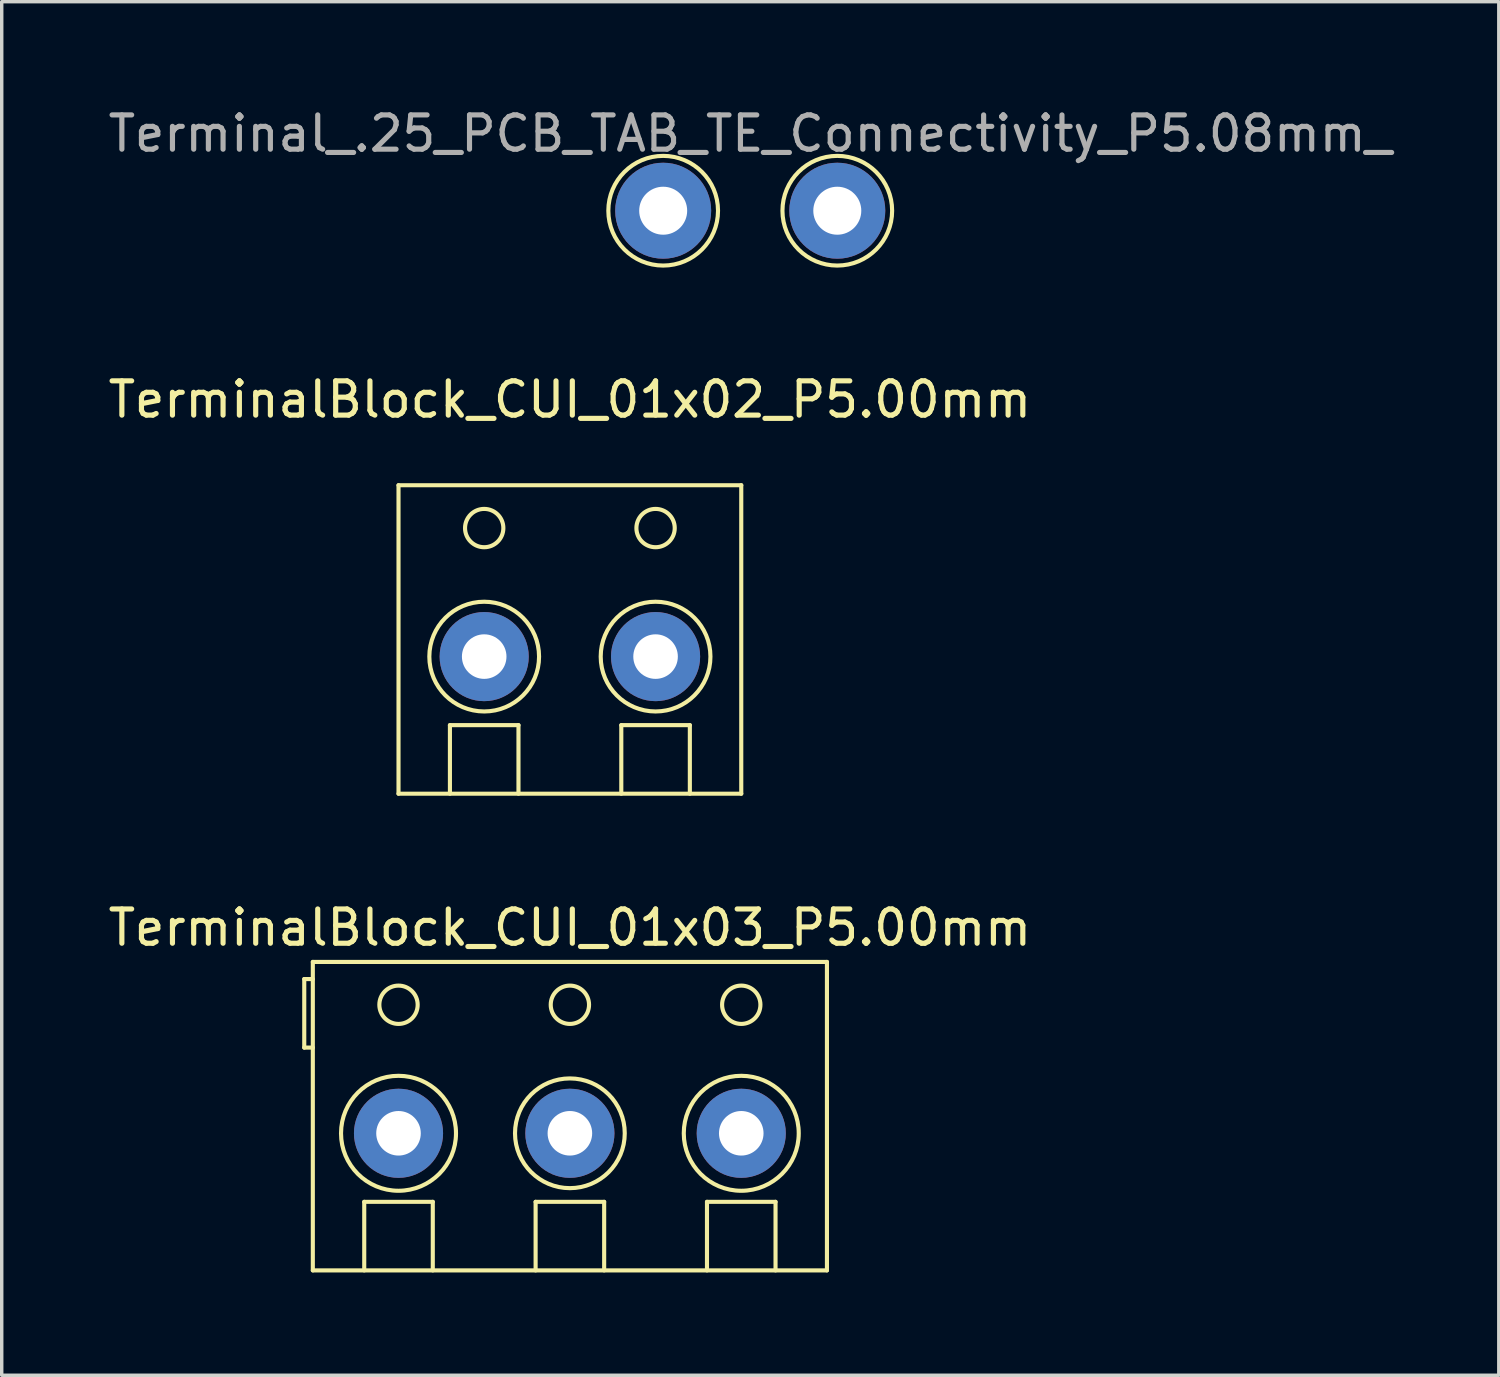
<source format=kicad_pcb>
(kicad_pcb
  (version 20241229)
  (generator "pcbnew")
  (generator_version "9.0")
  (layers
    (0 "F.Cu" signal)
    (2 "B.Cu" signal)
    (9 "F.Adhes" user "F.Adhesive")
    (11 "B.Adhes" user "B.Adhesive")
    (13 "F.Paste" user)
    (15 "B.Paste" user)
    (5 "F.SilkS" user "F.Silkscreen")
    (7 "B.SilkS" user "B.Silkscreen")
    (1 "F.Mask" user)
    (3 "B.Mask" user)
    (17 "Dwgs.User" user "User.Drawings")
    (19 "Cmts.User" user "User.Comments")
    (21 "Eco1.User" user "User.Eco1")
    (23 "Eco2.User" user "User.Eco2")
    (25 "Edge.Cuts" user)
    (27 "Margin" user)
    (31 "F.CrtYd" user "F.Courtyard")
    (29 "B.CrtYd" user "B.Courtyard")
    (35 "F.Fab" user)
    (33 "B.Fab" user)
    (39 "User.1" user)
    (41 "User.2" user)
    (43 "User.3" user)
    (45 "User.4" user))
  (footprint "TerminalBlock_CUI_01x02_P5.00mm"
    (layer "F.Cu")
    (at 13.577 16.107)
    (property "Reference" "TerminalBlock_CUI_01x02_P5.00mm" (at 0 -7.5 0) (layer "F.SilkS") (effects (font (size 1 1) (thickness 0.15))))
    (attr through_hole)
    (fp_line (start -5 -5) (end 5 -5) (stroke (width 0.12) (type solid)) (layer "F.SilkS"))
    (fp_line (start -5 4) (end -5 -5) (stroke (width 0.12) (type solid)) (layer "F.SilkS"))
    (fp_line (start -3.5 2) (end -1.5 2) (stroke (width 0.12) (type solid)) (layer "F.SilkS"))
    (fp_line (start -3.5 4) (end -3.5 2) (stroke (width 0.12) (type solid)) (layer "F.SilkS"))
    (fp_line (start -1.5 2) (end -1.5 4) (stroke (width 0.12) (type solid)) (layer "F.SilkS"))
    (fp_line (start 1.5 2) (end 1.5 4) (stroke (width 0.12) (type solid)) (layer "F.SilkS"))
    (fp_line (start 1.5 2) (end 3.5 2) (stroke (width 0.12) (type solid)) (layer "F.SilkS"))
    (fp_line (start 3.5 2) (end 3.5 4) (stroke (width 0.12) (type solid)) (layer "F.SilkS"))
    (fp_line (start 5 -5) (end 5 4) (stroke (width 0.12) (type solid)) (layer "F.SilkS"))
    (fp_line (start 5 4) (end -5 4) (stroke (width 0.12) (type solid)) (layer "F.SilkS"))
    (fp_circle (center -2.5 -3.75) (end -2.75 -3.25) (stroke (width 0.12) (type solid)) (fill no) (layer "F.SilkS"))
    (fp_circle (center -2.5 0) (end -1.25 -1) (stroke (width 0.12) (type solid)) (fill no) (layer "F.SilkS"))
    (fp_circle (center 2.5 -3.75) (end 2 -3.5) (stroke (width 0.12) (type solid)) (fill no) (layer "F.SilkS"))
    (fp_circle (center 2.5 0) (end 3.75 -1) (stroke (width 0.12) (type solid)) (fill no) (layer "F.SilkS"))
    (pad "1" thru_hole circle (at -2.5 0) (size 2.6 2.6) (drill 1.3) (layers "*.Cu" "*.Mask"))
    (pad "2" thru_hole circle (at 2.5 0) (size 2.6 2.6) (drill 1.3) (layers "*.Cu" "*.Mask")))
  (footprint "TerminalBlock_CUI_01x03_P5.00mm"
    (layer "F.Cu")
    (at 13.577 30.015)
    (property "Reference" "TerminalBlock_CUI_01x03_P5.00mm" (at 0 -6 0) (layer "F.SilkS") (effects (font (size 1 1) (thickness 0.15))))
    (attr through_hole)
    (fp_line (start -7.75 -4.5) (end -7.75 -2.5) (stroke (width 0.12) (type solid)) (layer "F.SilkS"))
    (fp_line (start -7.75 -2.5) (end -7.5 -2.5) (stroke (width 0.12) (type solid)) (layer "F.SilkS"))
    (fp_line (start -7.5 -5) (end -7.5 4) (stroke (width 0.12) (type solid)) (layer "F.SilkS"))
    (fp_line (start -7.5 -5) (end 7.5 -5) (stroke (width 0.12) (type solid)) (layer "F.SilkS"))
    (fp_line (start -7.5 -4.5) (end -7.75 -4.5) (stroke (width 0.12) (type solid)) (layer "F.SilkS"))
    (fp_line (start -7.5 4) (end 7.5 4) (stroke (width 0.12) (type solid)) (layer "F.SilkS"))
    (fp_line (start -6 2) (end -6 4) (stroke (width 0.12) (type solid)) (layer "F.SilkS"))
    (fp_line (start -6 2) (end -4 2) (stroke (width 0.12) (type solid)) (layer "F.SilkS"))
    (fp_line (start -4 2) (end -4 4) (stroke (width 0.12) (type solid)) (layer "F.SilkS"))
    (fp_line (start -1 2) (end -1 4) (stroke (width 0.12) (type solid)) (layer "F.SilkS"))
    (fp_line (start -1 2) (end 1 2) (stroke (width 0.12) (type solid)) (layer "F.SilkS"))
    (fp_line (start 1 2) (end 1 4) (stroke (width 0.12) (type solid)) (layer "F.SilkS"))
    (fp_line (start 4 2) (end 4 4) (stroke (width 0.12) (type solid)) (layer "F.SilkS"))
    (fp_line (start 4 2) (end 6 2) (stroke (width 0.12) (type solid)) (layer "F.SilkS"))
    (fp_line (start 6 2) (end 6 4) (stroke (width 0.12) (type solid)) (layer "F.SilkS"))
    (fp_line (start 7.5 -5) (end 7.5 4) (stroke (width 0.12) (type solid)) (layer "F.SilkS"))
    (fp_circle (center -5 -3.75) (end -5.25 -3.25) (stroke (width 0.12) (type solid)) (fill no) (layer "F.SilkS"))
    (fp_circle (center -5 0) (end -3.5 -0.75) (stroke (width 0.12) (type solid)) (fill no) (layer "F.SilkS"))
    (fp_circle (center 0 -3.75) (end -0.25 -3.25) (stroke (width 0.12) (type solid)) (fill no) (layer "F.SilkS"))
    (fp_circle (center 0 0) (end 1.25 -1) (stroke (width 0.12) (type solid)) (fill no) (layer "F.SilkS"))
    (fp_circle (center 5 -3.75) (end 4.5 -3.5) (stroke (width 0.12) (type solid)) (fill no) (layer "F.SilkS"))
    (fp_circle (center 5 0) (end 6.5 -0.75) (stroke (width 0.12) (type solid)) (fill no) (layer "F.SilkS"))
    (pad "1" thru_hole circle (at -5 0) (size 2.6 2.6) (drill 1.3) (layers "*.Cu" "*.Mask"))
    (pad "2" thru_hole circle (at 0 0) (size 2.6 2.6) (drill 1.3) (layers "*.Cu" "*.Mask"))
    (pad "3" thru_hole circle (at 5 0) (size 2.6 2.6) (drill 1.3) (layers "*.Cu" "*.Mask")))
  (footprint "Terminal_.25_PCB_TAB_TE_Connectivity_P5.08mm_"
    (layer "F.Cu")
    (at 18.839 3.098)
    (property "Reference" "Terminal_.25_PCB_TAB_TE_Connectivity_P5.08mm_" (at 0 -2.25 0) (layer "F.Fab") (effects (font (size 1 1) (thickness 0.15))))
    (attr through_hole)
    (fp_circle (center -2.54 0) (end -0.94 0) (stroke (width 0.12) (type solid)) (fill no) (layer "F.SilkS"))
    (fp_circle (center 2.54 0) (end 4.14 0) (stroke (width 0.12) (type solid)) (fill no) (layer "F.SilkS"))
    (pad "1" thru_hole circle (at -2.54 0) (size 2.8 2.8) (drill 1.4) (layers "*.Cu" "*.Mask"))
    (pad "1" thru_hole circle (at 2.54 0) (size 2.8 2.8) (drill 1.4) (layers "*.Cu" "*.Mask")))
  (gr_rect
    (start -3 -3)
    (end 40.679 37.075)
    (stroke (width 0.1) (type default))
    (fill no)
    (layer "Edge.Cuts")))
</source>
